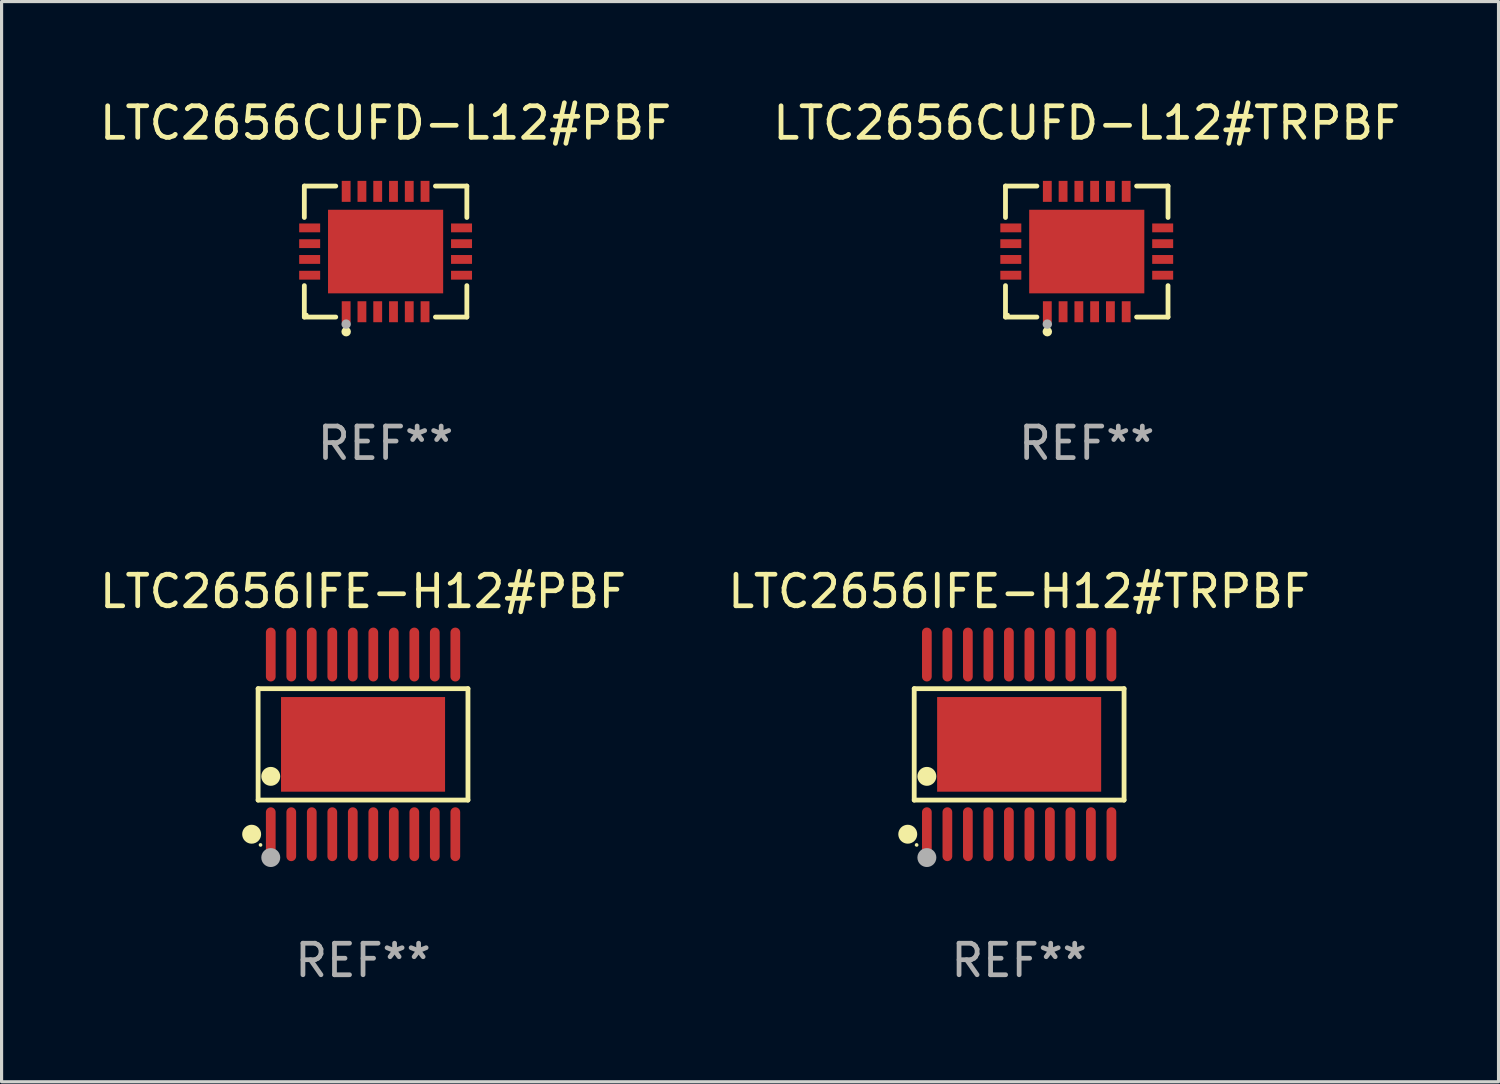
<source format=kicad_pcb>
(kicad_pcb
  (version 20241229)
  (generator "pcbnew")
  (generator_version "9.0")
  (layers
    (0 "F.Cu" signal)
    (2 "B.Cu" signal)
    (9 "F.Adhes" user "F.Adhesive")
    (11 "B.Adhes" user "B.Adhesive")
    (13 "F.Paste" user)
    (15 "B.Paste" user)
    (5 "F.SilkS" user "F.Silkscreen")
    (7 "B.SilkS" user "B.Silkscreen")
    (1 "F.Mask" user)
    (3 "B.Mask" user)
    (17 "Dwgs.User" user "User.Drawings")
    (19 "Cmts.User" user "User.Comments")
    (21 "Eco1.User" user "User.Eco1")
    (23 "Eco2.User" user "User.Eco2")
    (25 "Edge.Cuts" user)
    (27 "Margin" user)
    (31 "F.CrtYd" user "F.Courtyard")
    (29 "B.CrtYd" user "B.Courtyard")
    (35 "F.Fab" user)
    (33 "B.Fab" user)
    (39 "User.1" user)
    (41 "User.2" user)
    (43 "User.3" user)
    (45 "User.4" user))
  (footprint "LTC2656IFE-H12#PBF"
    (layer "F.Cu")
    (at 8.458 20.546)
    (property "Reference" "LTC2656IFE-H12#PBF" (at 0 -4.848 0) (layer "F.SilkS") (effects (font (size 1 1) (thickness 0.15))))
    (attr through_hole)
    (fp_line (start -3.326 -1.766) (end 3.326 -1.766) (stroke (width 0.152) (type solid)) (layer "F.SilkS"))
    (fp_line (start -3.326 1.766) (end -3.326 -1.766) (stroke (width 0.152) (type solid)) (layer "F.SilkS"))
    (fp_line (start 3.326 -1.766) (end 3.326 1.766) (stroke (width 0.152) (type solid)) (layer "F.SilkS"))
    (fp_line (start 3.326 1.766) (end -3.326 1.766) (stroke (width 0.152) (type solid)) (layer "F.SilkS"))
    (fp_circle (center -3.531 2.848) (end -3.381 2.848) (stroke (width 0.3) (type solid)) (fill no) (layer "F.SilkS"))
    (fp_circle (center -3.25 3.187) (end -3.22 3.187) (stroke (width 0.06) (type solid)) (fill no) (layer "F.SilkS"))
    (fp_circle (center -2.925 1.014) (end -2.775 1.014) (stroke (width 0.3) (type solid)) (fill no) (layer "F.SilkS"))
    (fp_circle (center -2.925 3.588) (end -2.775 3.588) (stroke (width 0.3) (type solid)) (fill no) (layer "F.Fab"))
    (fp_text user "REF**" (at 0 6.848 0) (layer "F.Fab") (effects (font (size 1 1) (thickness 0.15))))
    (pad "1" smd oval (at -2.925 2.848) (size 0.308 1.707) (layers "F.Cu" "F.Mask" "F.Paste"))
    (pad "2" smd oval (at -2.275 2.848) (size 0.308 1.707) (layers "F.Cu" "F.Mask" "F.Paste"))
    (pad "3" smd oval (at -1.625 2.848) (size 0.308 1.707) (layers "F.Cu" "F.Mask" "F.Paste"))
    (pad "4" smd oval (at -0.975 2.848) (size 0.308 1.707) (layers "F.Cu" "F.Mask" "F.Paste"))
    (pad "5" smd oval (at -0.325 2.848) (size 0.308 1.707) (layers "F.Cu" "F.Mask" "F.Paste"))
    (pad "6" smd oval (at 0.325 2.848) (size 0.308 1.707) (layers "F.Cu" "F.Mask" "F.Paste"))
    (pad "7" smd oval (at 0.975 2.848) (size 0.308 1.707) (layers "F.Cu" "F.Mask" "F.Paste"))
    (pad "8" smd oval (at 1.625 2.848) (size 0.308 1.707) (layers "F.Cu" "F.Mask" "F.Paste"))
    (pad "9" smd oval (at 2.275 2.848) (size 0.308 1.707) (layers "F.Cu" "F.Mask" "F.Paste"))
    (pad "10" smd oval (at 2.925 2.848) (size 0.308 1.707) (layers "F.Cu" "F.Mask" "F.Paste"))
    (pad "11" smd oval (at 2.925 -2.848) (size 0.308 1.707) (layers "F.Cu" "F.Mask" "F.Paste"))
    (pad "12" smd oval (at 2.275 -2.848) (size 0.308 1.707) (layers "F.Cu" "F.Mask" "F.Paste"))
    (pad "13" smd oval (at 1.625 -2.848) (size 0.308 1.707) (layers "F.Cu" "F.Mask" "F.Paste"))
    (pad "14" smd oval (at 0.975 -2.848) (size 0.308 1.707) (layers "F.Cu" "F.Mask" "F.Paste"))
    (pad "15" smd oval (at 0.325 -2.848) (size 0.308 1.707) (layers "F.Cu" "F.Mask" "F.Paste"))
    (pad "16" smd oval (at -0.325 -2.848) (size 0.308 1.707) (layers "F.Cu" "F.Mask" "F.Paste"))
    (pad "17" smd oval (at -0.975 -2.848) (size 0.308 1.707) (layers "F.Cu" "F.Mask" "F.Paste"))
    (pad "18" smd oval (at -1.625 -2.848) (size 0.308 1.707) (layers "F.Cu" "F.Mask" "F.Paste"))
    (pad "19" smd oval (at -2.275 -2.848) (size 0.308 1.707) (layers "F.Cu" "F.Mask" "F.Paste"))
    (pad "20" smd oval (at -2.925 -2.848) (size 0.308 1.707) (layers "F.Cu" "F.Mask" "F.Paste"))
    (pad "21" smd rect (at 0 0) (size 5.2 3) (layers "F.Cu" "F.Mask" "F.Paste")))
  (footprint "LTC2656CUFD-L12#PBF"
    (layer "F.Cu")
    (at 9.173 4.924)
    (property "Reference" "LTC2656CUFD-L12#PBF" (at 0 -4.076 0) (layer "F.SilkS") (effects (font (size 1 1) (thickness 0.15))))
    (attr through_hole)
    (fp_line (start -2.576 -2.076) (end -1.58 -2.076) (stroke (width 0.152) (type solid)) (layer "F.SilkS"))
    (fp_line (start -2.576 -1.08) (end -2.576 -2.076) (stroke (width 0.152) (type solid)) (layer "F.SilkS"))
    (fp_line (start -2.576 1.08) (end -2.576 2.076) (stroke (width 0.152) (type solid)) (layer "F.SilkS"))
    (fp_line (start -2.576 2.076) (end -1.58 2.076) (stroke (width 0.152) (type solid)) (layer "F.SilkS"))
    (fp_line (start 2.576 -2.076) (end 1.58 -2.076) (stroke (width 0.152) (type solid)) (layer "F.SilkS"))
    (fp_line (start 2.576 -1.08) (end 2.576 -2.076) (stroke (width 0.152) (type solid)) (layer "F.SilkS"))
    (fp_line (start 2.576 1.08) (end 2.576 2.076) (stroke (width 0.152) (type solid)) (layer "F.SilkS"))
    (fp_line (start 2.576 2.076) (end 1.58 2.076) (stroke (width 0.152) (type solid)) (layer "F.SilkS"))
    (fp_circle (center -2.5 2) (end -2.47 2) (stroke (width 0.06) (type solid)) (fill no) (layer "F.SilkS"))
    (fp_circle (center -1.25 2.54) (end -1.175 2.54) (stroke (width 0.15) (type solid)) (fill no) (layer "F.SilkS"))
    (fp_circle (center -1.25 2.3) (end -1.175 2.3) (stroke (width 0.15) (type solid)) (fill no) (layer "F.Fab"))
    (fp_text user "REF**" (at 0 6.076 0) (layer "F.Fab") (effects (font (size 1 1) (thickness 0.15))))
    (pad "1" smd rect (at -1.25 1.908) (size 0.28 0.665) (layers "F.Cu" "F.Mask" "F.Paste"))
    (pad "2" smd rect (at -0.75 1.908) (size 0.28 0.665) (layers "F.Cu" "F.Mask" "F.Paste"))
    (pad "3" smd rect (at -0.25 1.908) (size 0.28 0.665) (layers "F.Cu" "F.Mask" "F.Paste"))
    (pad "4" smd rect (at 0.25 1.908) (size 0.28 0.665) (layers "F.Cu" "F.Mask" "F.Paste"))
    (pad "5" smd rect (at 0.75 1.908) (size 0.28 0.665) (layers "F.Cu" "F.Mask" "F.Paste"))
    (pad "6" smd rect (at 1.25 1.908) (size 0.28 0.665) (layers "F.Cu" "F.Mask" "F.Paste"))
    (pad "7" smd rect (at 2.407 0.75) (size 0.665 0.28) (layers "F.Cu" "F.Mask" "F.Paste"))
    (pad "8" smd rect (at 2.407 0.25) (size 0.665 0.28) (layers "F.Cu" "F.Mask" "F.Paste"))
    (pad "9" smd rect (at 2.407 -0.25) (size 0.665 0.28) (layers "F.Cu" "F.Mask" "F.Paste"))
    (pad "10" smd rect (at 2.407 -0.75) (size 0.665 0.28) (layers "F.Cu" "F.Mask" "F.Paste"))
    (pad "11" smd rect (at 1.25 -1.908) (size 0.28 0.665) (layers "F.Cu" "F.Mask" "F.Paste"))
    (pad "12" smd rect (at 0.75 -1.908) (size 0.28 0.665) (layers "F.Cu" "F.Mask" "F.Paste"))
    (pad "13" smd rect (at 0.25 -1.908) (size 0.28 0.665) (layers "F.Cu" "F.Mask" "F.Paste"))
    (pad "14" smd rect (at -0.25 -1.908) (size 0.28 0.665) (layers "F.Cu" "F.Mask" "F.Paste"))
    (pad "15" smd rect (at -0.75 -1.908) (size 0.28 0.665) (layers "F.Cu" "F.Mask" "F.Paste"))
    (pad "16" smd rect (at -1.25 -1.908) (size 0.28 0.665) (layers "F.Cu" "F.Mask" "F.Paste"))
    (pad "17" smd rect (at -2.407 -0.75) (size 0.665 0.28) (layers "F.Cu" "F.Mask" "F.Paste"))
    (pad "18" smd rect (at -2.407 -0.25) (size 0.665 0.28) (layers "F.Cu" "F.Mask" "F.Paste"))
    (pad "19" smd rect (at -2.407 0.25) (size 0.665 0.28) (layers "F.Cu" "F.Mask" "F.Paste"))
    (pad "20" smd rect (at -2.407 0.75) (size 0.665 0.28) (layers "F.Cu" "F.Mask" "F.Paste"))
    (pad "21" smd rect (at 0 0) (size 3.65 2.65) (layers "F.Cu" "F.Mask" "F.Paste")))
  (footprint "LTC2656CUFD-L12#TRPBF"
    (layer "F.Cu")
    (at 31.399 4.924)
    (property "Reference" "LTC2656CUFD-L12#TRPBF" (at 0 -4.076 0) (layer "F.SilkS") (effects (font (size 1 1) (thickness 0.15))))
    (attr through_hole)
    (fp_line (start -2.576 -2.076) (end -1.58 -2.076) (stroke (width 0.152) (type solid)) (layer "F.SilkS"))
    (fp_line (start -2.576 -1.08) (end -2.576 -2.076) (stroke (width 0.152) (type solid)) (layer "F.SilkS"))
    (fp_line (start -2.576 1.08) (end -2.576 2.076) (stroke (width 0.152) (type solid)) (layer "F.SilkS"))
    (fp_line (start -2.576 2.076) (end -1.58 2.076) (stroke (width 0.152) (type solid)) (layer "F.SilkS"))
    (fp_line (start 2.576 -2.076) (end 1.58 -2.076) (stroke (width 0.152) (type solid)) (layer "F.SilkS"))
    (fp_line (start 2.576 -1.08) (end 2.576 -2.076) (stroke (width 0.152) (type solid)) (layer "F.SilkS"))
    (fp_line (start 2.576 1.08) (end 2.576 2.076) (stroke (width 0.152) (type solid)) (layer "F.SilkS"))
    (fp_line (start 2.576 2.076) (end 1.58 2.076) (stroke (width 0.152) (type solid)) (layer "F.SilkS"))
    (fp_circle (center -2.5 2) (end -2.47 2) (stroke (width 0.06) (type solid)) (fill no) (layer "F.SilkS"))
    (fp_circle (center -1.25 2.54) (end -1.175 2.54) (stroke (width 0.15) (type solid)) (fill no) (layer "F.SilkS"))
    (fp_circle (center -1.25 2.3) (end -1.175 2.3) (stroke (width 0.15) (type solid)) (fill no) (layer "F.Fab"))
    (fp_text user "REF**" (at 0 6.076 0) (layer "F.Fab") (effects (font (size 1 1) (thickness 0.15))))
    (pad "1" smd rect (at -1.25 1.908) (size 0.28 0.665) (layers "F.Cu" "F.Mask" "F.Paste"))
    (pad "2" smd rect (at -0.75 1.908) (size 0.28 0.665) (layers "F.Cu" "F.Mask" "F.Paste"))
    (pad "3" smd rect (at -0.25 1.908) (size 0.28 0.665) (layers "F.Cu" "F.Mask" "F.Paste"))
    (pad "4" smd rect (at 0.25 1.908) (size 0.28 0.665) (layers "F.Cu" "F.Mask" "F.Paste"))
    (pad "5" smd rect (at 0.75 1.908) (size 0.28 0.665) (layers "F.Cu" "F.Mask" "F.Paste"))
    (pad "6" smd rect (at 1.25 1.908) (size 0.28 0.665) (layers "F.Cu" "F.Mask" "F.Paste"))
    (pad "7" smd rect (at 2.407 0.75) (size 0.665 0.28) (layers "F.Cu" "F.Mask" "F.Paste"))
    (pad "8" smd rect (at 2.407 0.25) (size 0.665 0.28) (layers "F.Cu" "F.Mask" "F.Paste"))
    (pad "9" smd rect (at 2.407 -0.25) (size 0.665 0.28) (layers "F.Cu" "F.Mask" "F.Paste"))
    (pad "10" smd rect (at 2.407 -0.75) (size 0.665 0.28) (layers "F.Cu" "F.Mask" "F.Paste"))
    (pad "11" smd rect (at 1.25 -1.908) (size 0.28 0.665) (layers "F.Cu" "F.Mask" "F.Paste"))
    (pad "12" smd rect (at 0.75 -1.908) (size 0.28 0.665) (layers "F.Cu" "F.Mask" "F.Paste"))
    (pad "13" smd rect (at 0.25 -1.908) (size 0.28 0.665) (layers "F.Cu" "F.Mask" "F.Paste"))
    (pad "14" smd rect (at -0.25 -1.908) (size 0.28 0.665) (layers "F.Cu" "F.Mask" "F.Paste"))
    (pad "15" smd rect (at -0.75 -1.908) (size 0.28 0.665) (layers "F.Cu" "F.Mask" "F.Paste"))
    (pad "16" smd rect (at -1.25 -1.908) (size 0.28 0.665) (layers "F.Cu" "F.Mask" "F.Paste"))
    (pad "17" smd rect (at -2.407 -0.75) (size 0.665 0.28) (layers "F.Cu" "F.Mask" "F.Paste"))
    (pad "18" smd rect (at -2.407 -0.25) (size 0.665 0.28) (layers "F.Cu" "F.Mask" "F.Paste"))
    (pad "19" smd rect (at -2.407 0.25) (size 0.665 0.28) (layers "F.Cu" "F.Mask" "F.Paste"))
    (pad "20" smd rect (at -2.407 0.75) (size 0.665 0.28) (layers "F.Cu" "F.Mask" "F.Paste"))
    (pad "21" smd rect (at 0 0) (size 3.65 2.65) (layers "F.Cu" "F.Mask" "F.Paste")))
  (footprint "LTC2656IFE-H12#TRPBF"
    (layer "F.Cu")
    (at 29.256 20.546)
    (property "Reference" "LTC2656IFE-H12#TRPBF" (at 0 -4.848 0) (layer "F.SilkS") (effects (font (size 1 1) (thickness 0.15))))
    (attr through_hole)
    (fp_line (start -3.326 -1.766) (end 3.326 -1.766) (stroke (width 0.152) (type solid)) (layer "F.SilkS"))
    (fp_line (start -3.326 1.766) (end -3.326 -1.766) (stroke (width 0.152) (type solid)) (layer "F.SilkS"))
    (fp_line (start 3.326 -1.766) (end 3.326 1.766) (stroke (width 0.152) (type solid)) (layer "F.SilkS"))
    (fp_line (start 3.326 1.766) (end -3.326 1.766) (stroke (width 0.152) (type solid)) (layer "F.SilkS"))
    (fp_circle (center -3.531 2.848) (end -3.381 2.848) (stroke (width 0.3) (type solid)) (fill no) (layer "F.SilkS"))
    (fp_circle (center -3.25 3.187) (end -3.22 3.187) (stroke (width 0.06) (type solid)) (fill no) (layer "F.SilkS"))
    (fp_circle (center -2.925 1.014) (end -2.775 1.014) (stroke (width 0.3) (type solid)) (fill no) (layer "F.SilkS"))
    (fp_circle (center -2.925 3.588) (end -2.775 3.588) (stroke (width 0.3) (type solid)) (fill no) (layer "F.Fab"))
    (fp_text user "REF**" (at 0 6.848 0) (layer "F.Fab") (effects (font (size 1 1) (thickness 0.15))))
    (pad "1" smd oval (at -2.925 2.848) (size 0.308 1.707) (layers "F.Cu" "F.Mask" "F.Paste"))
    (pad "2" smd oval (at -2.275 2.848) (size 0.308 1.707) (layers "F.Cu" "F.Mask" "F.Paste"))
    (pad "3" smd oval (at -1.625 2.848) (size 0.308 1.707) (layers "F.Cu" "F.Mask" "F.Paste"))
    (pad "4" smd oval (at -0.975 2.848) (size 0.308 1.707) (layers "F.Cu" "F.Mask" "F.Paste"))
    (pad "5" smd oval (at -0.325 2.848) (size 0.308 1.707) (layers "F.Cu" "F.Mask" "F.Paste"))
    (pad "6" smd oval (at 0.325 2.848) (size 0.308 1.707) (layers "F.Cu" "F.Mask" "F.Paste"))
    (pad "7" smd oval (at 0.975 2.848) (size 0.308 1.707) (layers "F.Cu" "F.Mask" "F.Paste"))
    (pad "8" smd oval (at 1.625 2.848) (size 0.308 1.707) (layers "F.Cu" "F.Mask" "F.Paste"))
    (pad "9" smd oval (at 2.275 2.848) (size 0.308 1.707) (layers "F.Cu" "F.Mask" "F.Paste"))
    (pad "10" smd oval (at 2.925 2.848) (size 0.308 1.707) (layers "F.Cu" "F.Mask" "F.Paste"))
    (pad "11" smd oval (at 2.925 -2.848) (size 0.308 1.707) (layers "F.Cu" "F.Mask" "F.Paste"))
    (pad "12" smd oval (at 2.275 -2.848) (size 0.308 1.707) (layers "F.Cu" "F.Mask" "F.Paste"))
    (pad "13" smd oval (at 1.625 -2.848) (size 0.308 1.707) (layers "F.Cu" "F.Mask" "F.Paste"))
    (pad "14" smd oval (at 0.975 -2.848) (size 0.308 1.707) (layers "F.Cu" "F.Mask" "F.Paste"))
    (pad "15" smd oval (at 0.325 -2.848) (size 0.308 1.707) (layers "F.Cu" "F.Mask" "F.Paste"))
    (pad "16" smd oval (at -0.325 -2.848) (size 0.308 1.707) (layers "F.Cu" "F.Mask" "F.Paste"))
    (pad "17" smd oval (at -0.975 -2.848) (size 0.308 1.707) (layers "F.Cu" "F.Mask" "F.Paste"))
    (pad "18" smd oval (at -1.625 -2.848) (size 0.308 1.707) (layers "F.Cu" "F.Mask" "F.Paste"))
    (pad "19" smd oval (at -2.275 -2.848) (size 0.308 1.707) (layers "F.Cu" "F.Mask" "F.Paste"))
    (pad "20" smd oval (at -2.925 -2.848) (size 0.308 1.707) (layers "F.Cu" "F.Mask" "F.Paste"))
    (pad "21" smd rect (at 0 0) (size 5.2 3) (layers "F.Cu" "F.Mask" "F.Paste")))
  (gr_rect
    (start -3 -3)
    (end 44.452 31.242)
    (stroke (width 0.1) (type default))
    (fill no)
    (layer "Edge.Cuts")))
</source>
